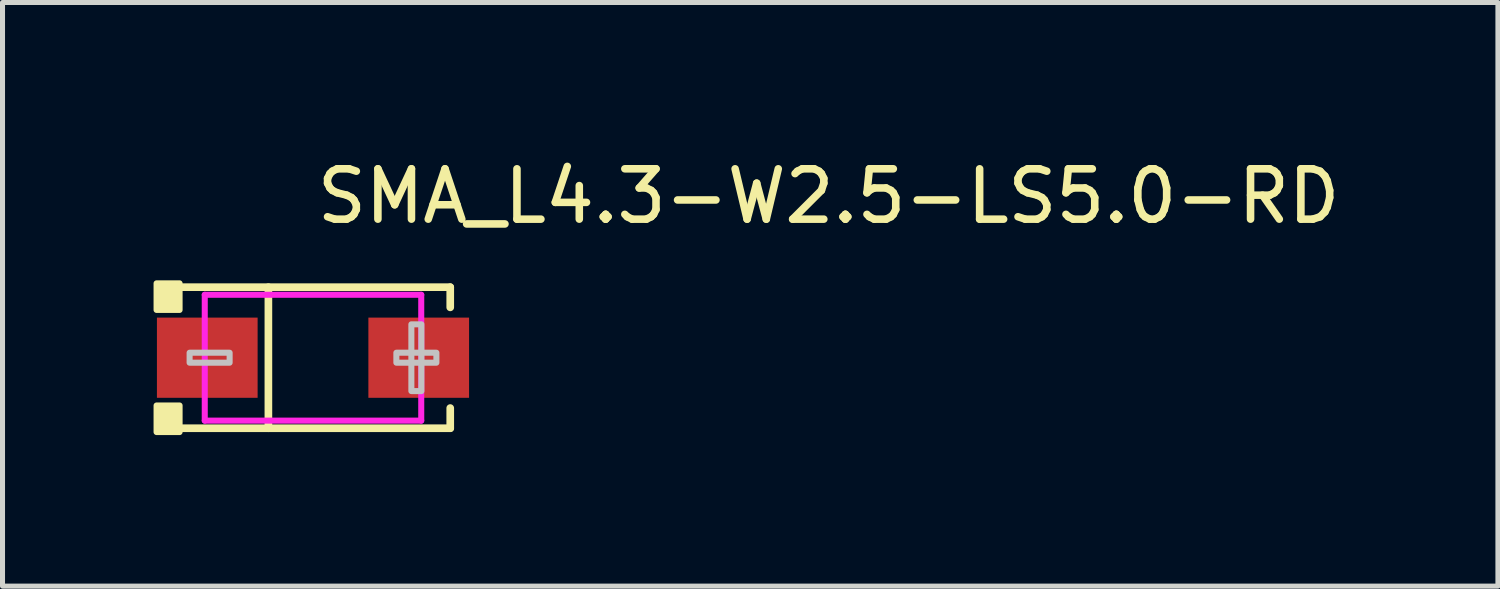
<source format=kicad_pcb>
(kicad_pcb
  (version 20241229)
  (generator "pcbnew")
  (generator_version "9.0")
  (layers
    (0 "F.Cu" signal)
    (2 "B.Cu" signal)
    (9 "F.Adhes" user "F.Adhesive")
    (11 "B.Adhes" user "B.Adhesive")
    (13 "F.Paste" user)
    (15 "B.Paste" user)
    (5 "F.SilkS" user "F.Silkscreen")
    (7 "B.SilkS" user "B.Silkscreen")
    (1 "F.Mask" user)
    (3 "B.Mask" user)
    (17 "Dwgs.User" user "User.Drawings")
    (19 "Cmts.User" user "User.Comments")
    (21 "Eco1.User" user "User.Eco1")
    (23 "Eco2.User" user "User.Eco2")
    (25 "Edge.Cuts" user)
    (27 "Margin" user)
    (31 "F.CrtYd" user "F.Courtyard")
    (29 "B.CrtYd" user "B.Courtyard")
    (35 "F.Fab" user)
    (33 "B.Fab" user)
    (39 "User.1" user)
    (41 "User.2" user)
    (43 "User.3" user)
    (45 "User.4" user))
  (footprint "SMA_L4.3-W2.5-LS5.0-RD"
    (layer "F.Cu")
    (at 3.167 4.055)
    (property "Reference" "SMA_L4.3-W2.5-LS5.0-RD" (at 0 -3.207 0) (layer "F.SilkS") (effects (font (size 1 1) (thickness 0.15)) (justify left)))
    (attr through_hole)
    (fp_line (start -2.726 -1.401) (end 2.726 -1.401) (stroke (width 0.152) (type solid)) (layer "F.SilkS"))
    (fp_line (start -2.726 1.401) (end 2.726 1.401) (stroke (width 0.152) (type solid)) (layer "F.SilkS"))
    (fp_line (start -0.886 -1.401) (end -0.886 1.401) (stroke (width 0.152) (type solid)) (layer "F.SilkS"))
    (fp_line (start 2.726 -1.401) (end 2.726 -1) (stroke (width 0.152) (type solid)) (layer "F.SilkS"))
    (fp_line (start 2.726 1.401) (end 2.726 1) (stroke (width 0.152) (type solid)) (layer "F.SilkS"))
    (fp_poly (pts (xy -2.65 -1.477) (xy -2.65 -0.949) (xy -3.107 -0.949) (xy -3.107 -1.477)) (stroke (width 0.12) (type solid)) (fill yes) (layer "F.SilkS"))
    (fp_poly (pts (xy -2.65 1.477) (xy -2.65 0.949) (xy -3.107 0.949) (xy -3.107 1.477)) (stroke (width 0.12) (type solid)) (fill yes) (layer "F.SilkS"))
    (fp_poly (pts (xy -2.451 0.099) (xy -2.451 -0.099) (xy -1.656 -0.099) (xy -1.656 0.099)) (stroke (width 0.12) (type solid)) (fill no) (layer "Dwgs.User"))
    (fp_poly (pts (xy 2.153 0.663) (xy 2.153 -0.663) (xy 1.954 -0.663) (xy 1.954 0.663)) (stroke (width 0.12) (type solid)) (fill no) (layer "Dwgs.User"))
    (fp_poly (pts (xy 2.451 0.099) (xy 2.451 -0.099) (xy 1.656 -0.099) (xy 1.656 0.099)) (stroke (width 0.12) (type solid)) (fill no) (layer "Dwgs.User"))
    (fp_circle (center -2.507 1.25) (end -2.477 1.25) (stroke (width 0.06) (type solid)) (fill no) (layer "Eco2.User"))
    (fp_poly (pts (xy -1.307 -0.725) (xy -1.307 0.725) (xy -2.507 0.725) (xy -2.507 -0.725)) (stroke (width 0.12) (type solid)) (fill no) (layer "Eco2.User"))
    (fp_poly (pts (xy 1.307 0.725) (xy 1.307 -0.725) (xy 2.507 -0.725) (xy 2.507 0.725)) (stroke (width 0.12) (type solid)) (fill no) (layer "Eco2.User"))
    (fp_line (start -2.15 -1.25) (end 2.15 -1.25) (stroke (width 0.12) (type solid)) (layer "F.CrtYd"))
    (fp_line (start -2.15 1.25) (end -2.15 -1.25) (stroke (width 0.12) (type solid)) (layer "F.CrtYd"))
    (fp_line (start 2.15 -1.25) (end 2.15 1.25) (stroke (width 0.12) (type solid)) (layer "F.CrtYd"))
    (fp_line (start 2.15 1.25) (end -2.15 1.25) (stroke (width 0.12) (type solid)) (layer "F.CrtYd"))
    (pad "1" smd rect (at -2.1 0 180) (size 2 1.593) (layers "F.Cu" "F.Mask" "F.Paste"))
    (pad "2" smd rect (at 2.1 0 180) (size 2 1.593) (layers "F.Cu" "F.Mask" "F.Paste")))
  (gr_rect
    (start -3 -3)
    (end 26.703 8.592)
    (stroke (width 0.1) (type default))
    (fill no)
    (layer "Edge.Cuts")))
</source>
